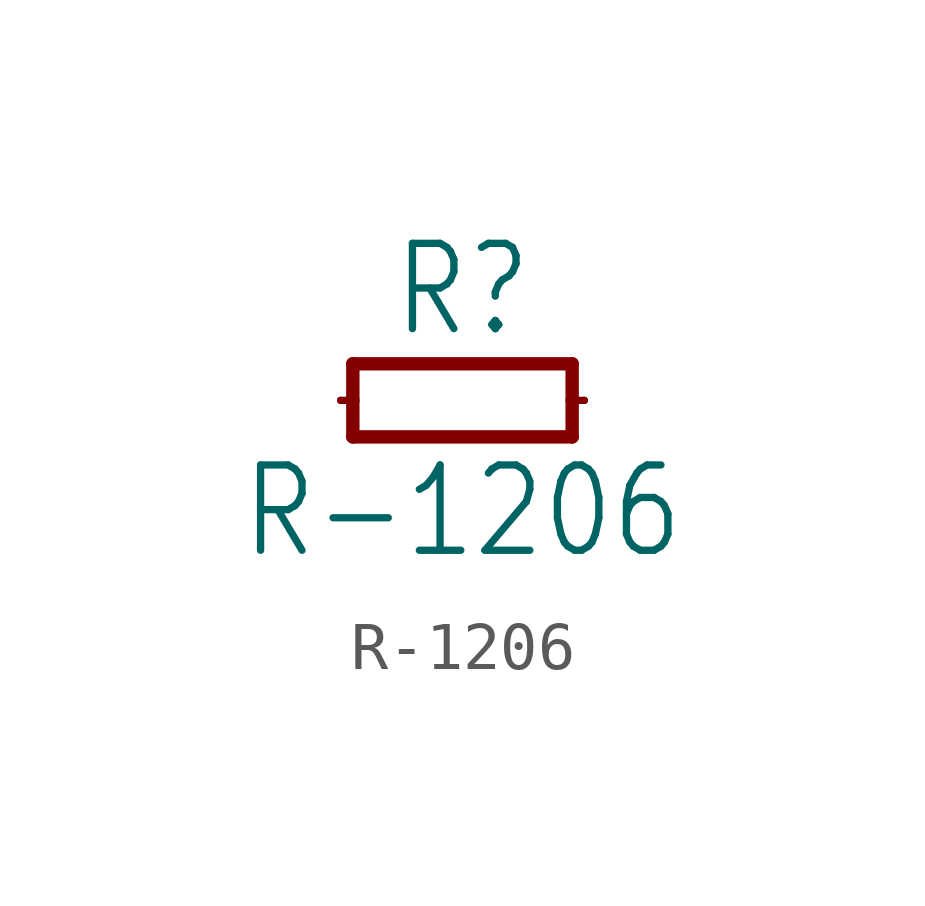
<source format=kicad_sym>
(kicad_symbol_lib
  (version 20211014)
  (generator kicad_symbol_editor)
  (symbol "R-1206"
    (property "Reference" "R"
      (at 0 1.27 0)
      (effects (font (size 1.778 1.511)) (justify bottom)))
    (property "Value" "R-1206"
      (at 0 -1.27 0)
      (effects (font (size 1.778 1.511)) (justify top)))
    (property "ki_locked" ""
      (at 0 0 0)
      (effects (font (size 1.27 1.27))))
    (symbol "R-1206_1_0"
      (polyline (pts (xy -2.54 0) (xy -2.286 0)) (stroke (width 0.152) (type default) (color 0 0 0 0)) (fill (type none)))
      (polyline (pts (xy -2.286 -0.762) (xy -2.286 0)) (stroke (width 0.279) (type default) (color 0 0 0 0)) (fill (type none)))
      (polyline (pts (xy -2.286 -0.762) (xy 2.286 -0.762)) (stroke (width 0.279) (type default) (color 0 0 0 0)) (fill (type none)))
      (polyline (pts (xy -2.286 0) (xy -2.286 0.762)) (stroke (width 0.279) (type default) (color 0 0 0 0)) (fill (type none)))
      (polyline (pts (xy -2.286 0.762) (xy 2.286 0.762)) (stroke (width 0.279) (type default) (color 0 0 0 0)) (fill (type none)))
      (polyline (pts (xy 2.286 0) (xy 2.286 -0.762)) (stroke (width 0.279) (type default) (color 0 0 0 0)) (fill (type none)))
      (polyline (pts (xy 2.286 0) (xy 2.54 0)) (stroke (width 0.152) (type default) (color 0 0 0 0)) (fill (type none)))
      (polyline (pts (xy 2.286 0.762) (xy 2.286 0)) (stroke (width 0.279) (type default) (color 0 0 0 0)) (fill (type none)))
      (pin passive line (at -2.54 0 0) (length 0) (name "1" (effects (font (size 0 0)))) (number "1" (effects (font (size 0 0)))))
      (pin passive line (at 2.54 0 180) (length 0) (name "2" (effects (font (size 0 0)))) (number "2" (effects (font (size 0 0))))))))
</source>
